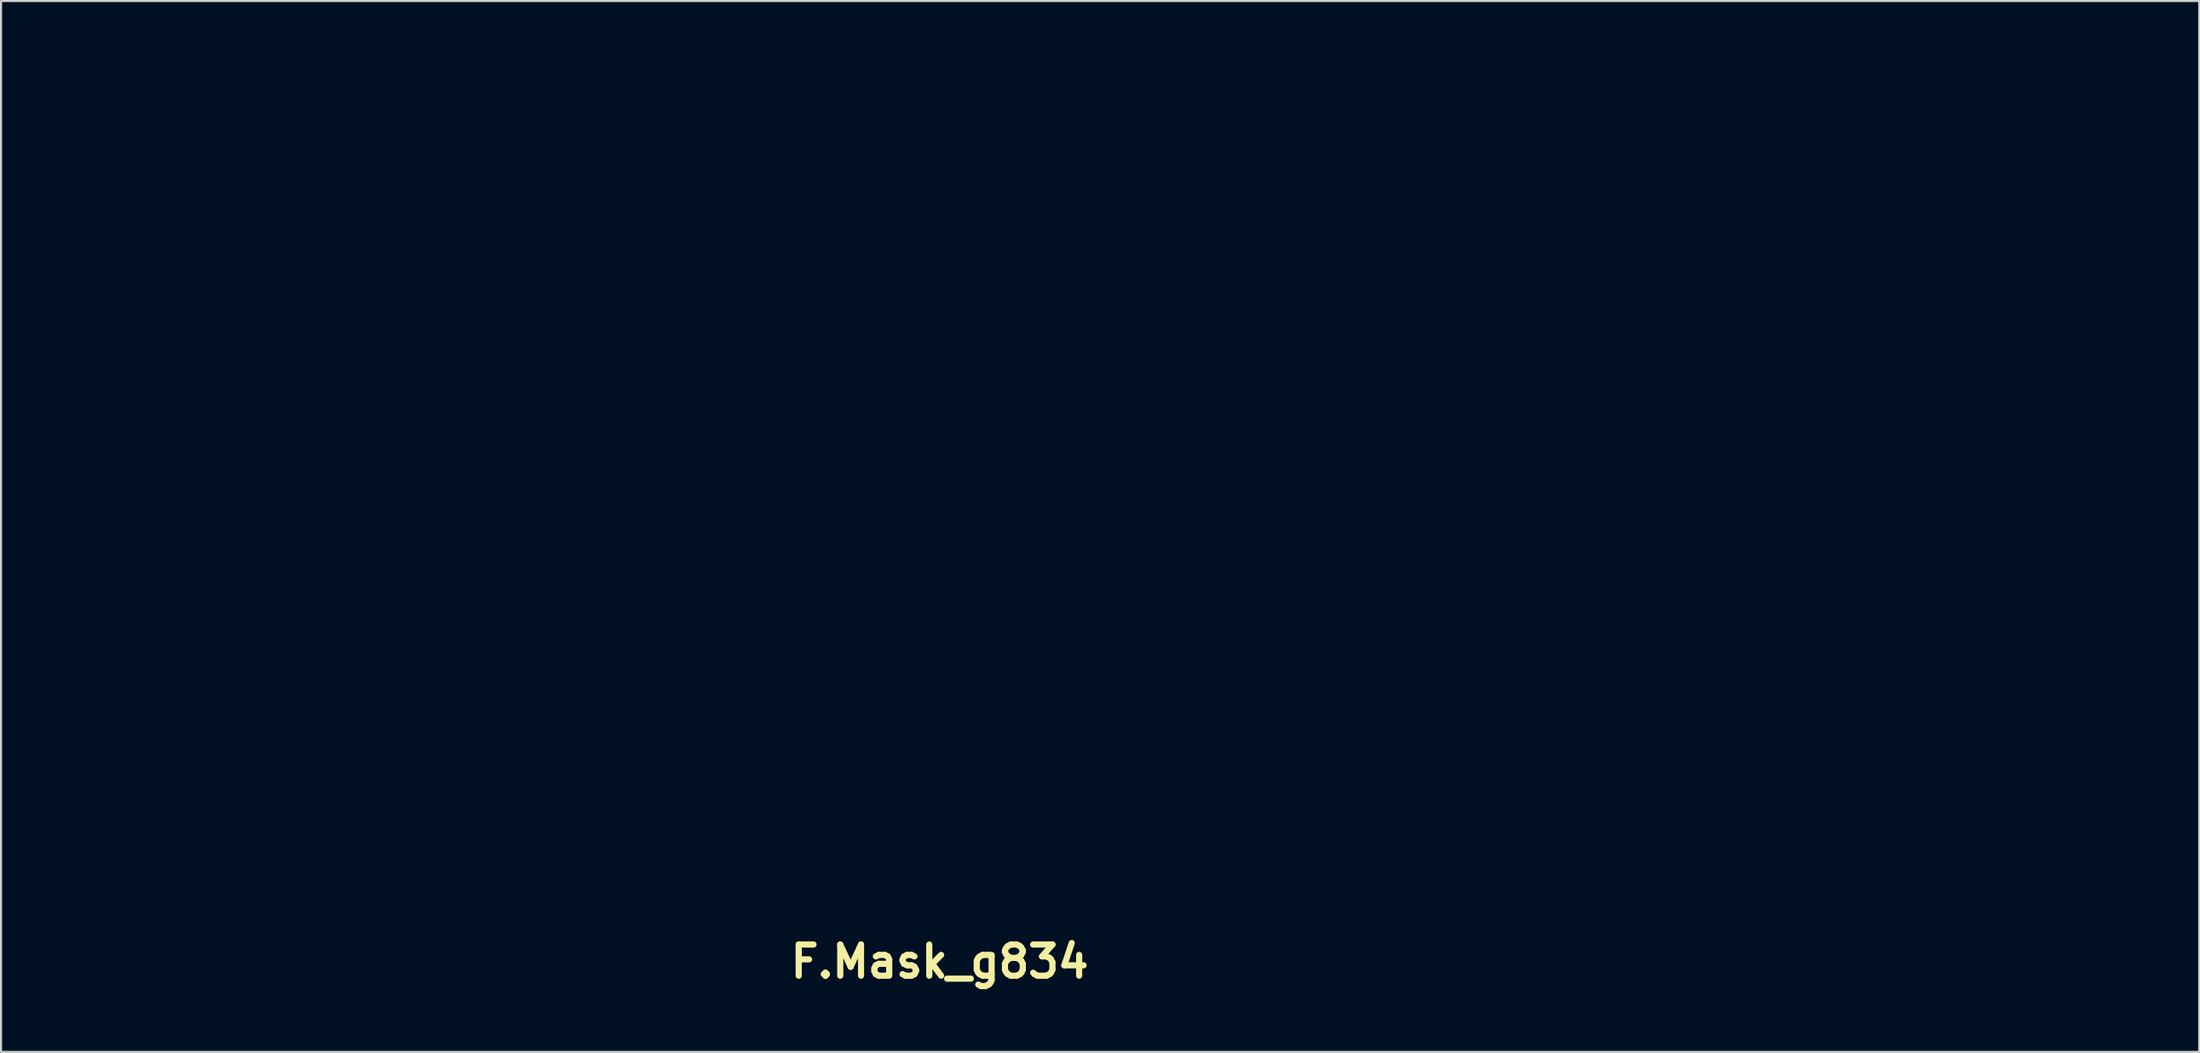
<source format=kicad_pcb>
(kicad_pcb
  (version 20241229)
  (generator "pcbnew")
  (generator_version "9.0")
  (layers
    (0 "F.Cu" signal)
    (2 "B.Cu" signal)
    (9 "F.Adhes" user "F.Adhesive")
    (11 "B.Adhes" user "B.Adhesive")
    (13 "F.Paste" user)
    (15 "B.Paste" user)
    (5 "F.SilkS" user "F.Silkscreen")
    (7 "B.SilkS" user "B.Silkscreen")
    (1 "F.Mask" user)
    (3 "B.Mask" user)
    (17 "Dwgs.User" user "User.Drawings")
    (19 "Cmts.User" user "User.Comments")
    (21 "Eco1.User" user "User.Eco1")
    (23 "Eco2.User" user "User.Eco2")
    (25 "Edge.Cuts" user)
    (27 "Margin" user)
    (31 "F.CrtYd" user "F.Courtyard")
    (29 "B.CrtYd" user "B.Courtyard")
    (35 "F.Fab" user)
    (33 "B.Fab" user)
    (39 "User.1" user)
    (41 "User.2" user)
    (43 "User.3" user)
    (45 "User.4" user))
  (footprint "F.Mask_g834"
    (layer "F.Cu")
    (at 42.906 43.984)
    (property "Reference" "F.Mask_g834" (at 0 0 0) (layer "F.SilkS") (effects (font (size 1.524 1.524) (thickness 0.3))))
    (attr through_hole)
    (fp_poly (pts (xy 54.283 -24.786) (xy 54.389 -24.726) (xy 54.536 -24.638) (xy 54.709 -24.53) (xy 54.729 -24.517) (xy 54.948 -24.38) (xy 55.208 -24.221) (xy 55.476 -24.06) (xy 55.716 -23.92) (xy 56.252 -23.588) (xy 56.71 -23.256) (xy 57.097 -22.914) (xy 57.418 -22.557) (xy 57.681 -22.177) (xy 57.891 -21.767) (xy 58.021 -21.428) (xy 58.073 -21.255) (xy 58.135 -21.02) (xy 58.201 -20.744) (xy 58.267 -20.447) (xy 58.328 -20.149) (xy 58.333 -20.128) (xy 58.388 -19.847) (xy 58.441 -19.578) (xy 58.49 -19.338) (xy 58.53 -19.145) (xy 58.559 -19.014) (xy 58.563 -18.997) (xy 58.588 -18.885) (xy 58.595 -18.809) (xy 58.573 -18.77) (xy 58.515 -18.767) (xy 58.408 -18.8) (xy 58.245 -18.868) (xy 58.015 -18.972) (xy 57.997 -18.98) (xy 57.516 -19.206) (xy 57.1 -19.421) (xy 56.732 -19.635) (xy 56.395 -19.86) (xy 56.073 -20.108) (xy 55.75 -20.389) (xy 55.407 -20.715) (xy 55.359 -20.762) (xy 54.999 -21.106) (xy 54.668 -21.39) (xy 54.35 -21.626) (xy 54.029 -21.828) (xy 53.688 -22.005) (xy 53.686 -22.006) (xy 53.529 -22.079) (xy 53.409 -22.124) (xy 53.296 -22.147) (xy 53.16 -22.153) (xy 52.971 -22.15) (xy 52.959 -22.15) (xy 52.775 -22.142) (xy 52.618 -22.132) (xy 52.511 -22.121) (xy 52.483 -22.115) (xy 52.417 -22.105) (xy 52.422 -22.136) (xy 52.497 -22.21) (xy 52.644 -22.326) (xy 52.817 -22.453) (xy 53.096 -22.636) (xy 53.37 -22.783) (xy 53.621 -22.886) (xy 53.836 -22.939) (xy 53.907 -22.944) (xy 53.991 -22.948) (xy 54.001 -22.973) (xy 53.951 -23.032) (xy 53.885 -23.088) (xy 53.763 -23.174) (xy 53.603 -23.279) (xy 53.426 -23.389) (xy 53.2 -23.525) (xy 53.038 -23.625) (xy 52.931 -23.698) (xy 52.871 -23.754) (xy 52.85 -23.803) (xy 52.861 -23.853) (xy 52.895 -23.915) (xy 52.932 -23.976) (xy 52.997 -24.085) (xy 53.043 -24.156) (xy 53.056 -24.172) (xy 53.096 -24.158) (xy 53.2 -24.118) (xy 53.352 -24.059) (xy 53.536 -23.986) (xy 53.548 -23.982) (xy 53.734 -23.909) (xy 53.888 -23.852) (xy 53.996 -23.814) (xy 54.042 -23.802) (xy 54.042 -23.802) (xy 54.038 -23.845) (xy 54.014 -23.949) (xy 53.977 -24.091) (xy 53.972 -24.109) (xy 53.916 -24.331) (xy 53.891 -24.485) (xy 53.9 -24.581) (xy 53.941 -24.628) (xy 53.995 -24.638) (xy 54.099 -24.672) (xy 54.144 -24.723) (xy 54.197 -24.79) (xy 54.233 -24.807) (xy 54.283 -24.786)) (stroke (width 0.01) (type solid)) (fill yes) (layer "F.Mask"))
    (fp_poly (pts (xy -25.048 -41.317) (xy -25.006 -41.218) (xy -24.943 -41.053) (xy -24.859 -40.82) (xy -24.752 -40.518) (xy -24.623 -40.146) (xy -24.472 -39.701) (xy -24.296 -39.183) (xy -24.097 -38.59) (xy -23.873 -37.92) (xy -23.624 -37.173) (xy -23.383 -36.449) (xy -23.178 -35.829) (xy -22.979 -35.231) (xy -22.79 -34.66) (xy -22.612 -34.121) (xy -22.446 -33.619) (xy -22.295 -33.159) (xy -22.158 -32.746) (xy -22.04 -32.385) (xy -21.94 -32.081) (xy -21.86 -31.838) (xy -21.803 -31.662) (xy -21.769 -31.557) (xy -21.76 -31.528) (xy -21.799 -31.515) (xy -21.906 -31.505) (xy -22.063 -31.498) (xy -22.224 -31.496) (xy -22.429 -31.497) (xy -22.566 -31.503) (xy -22.653 -31.515) (xy -22.705 -31.539) (xy -22.74 -31.575) (xy -22.75 -31.591) (xy -22.779 -31.656) (xy -22.828 -31.795) (xy -22.896 -31.999) (xy -22.981 -32.261) (xy -23.08 -32.573) (xy -23.191 -32.928) (xy -23.311 -33.318) (xy -23.437 -33.734) (xy -23.568 -34.169) (xy -23.701 -34.616) (xy -23.811 -34.989) (xy -23.916 -35.342) (xy -24.029 -35.721) (xy -24.149 -36.117) (xy -24.273 -36.523) (xy -24.399 -36.931) (xy -24.524 -37.333) (xy -24.645 -37.72) (xy -24.76 -38.086) (xy -24.868 -38.422) (xy -24.964 -38.719) (xy -25.046 -38.971) (xy -25.113 -39.17) (xy -25.162 -39.306) (xy -25.189 -39.373) (xy -25.194 -39.379) (xy -25.212 -39.331) (xy -25.251 -39.21) (xy -25.307 -39.024) (xy -25.379 -38.78) (xy -25.464 -38.488) (xy -25.56 -38.155) (xy -25.665 -37.789) (xy -25.776 -37.399) (xy -25.891 -36.993) (xy -26.007 -36.579) (xy -26.123 -36.165) (xy -26.236 -35.759) (xy -26.343 -35.37) (xy -26.443 -35.005) (xy -26.533 -34.673) (xy -26.607 -34.396) (xy -26.703 -34.033) (xy -26.805 -33.647) (xy -26.907 -33.261) (xy -27.004 -32.896) (xy -27.09 -32.573) (xy -27.151 -32.343) (xy -27.37 -31.517) (xy -27.782 -31.505) (xy -27.957 -31.503) (xy -28.095 -31.507) (xy -28.178 -31.516) (xy -28.194 -31.525) (xy -28.182 -31.568) (xy -28.146 -31.688) (xy -28.087 -31.878) (xy -28.008 -32.135) (xy -27.91 -32.452) (xy -27.795 -32.825) (xy -27.663 -33.25) (xy -27.517 -33.72) (xy -27.357 -34.232) (xy -27.187 -34.78) (xy -27.006 -35.36) (xy -26.817 -35.965) (xy -26.663 -36.46) (xy -26.424 -37.224) (xy -26.209 -37.91) (xy -26.017 -38.522) (xy -25.846 -39.064) (xy -25.696 -39.539) (xy -25.564 -39.949) (xy -25.451 -40.3) (xy -25.355 -40.593) (xy -25.275 -40.833) (xy -25.209 -41.023) (xy -25.157 -41.166) (xy -25.118 -41.266) (xy -25.09 -41.326) (xy -25.072 -41.35) (xy -25.069 -41.351) (xy -25.048 -41.317)) (stroke (width 0.01) (type solid)) (fill yes) (layer "F.Mask"))
    (fp_poly (pts (xy -41.977 -41.181) (xy -41.672 -41.178) (xy -41.353 -41.174) (xy -41.029 -41.168) (xy -40.714 -41.16) (xy -40.418 -41.151) (xy -40.153 -41.141) (xy -39.932 -41.13) (xy -39.764 -41.118) (xy -39.666 -41.107) (xy -39.138 -40.974) (xy -38.629 -40.767) (xy -38.156 -40.493) (xy -37.735 -40.159) (xy -37.713 -40.139) (xy -37.371 -39.773) (xy -37.082 -39.363) (xy -36.844 -38.903) (xy -36.652 -38.386) (xy -36.504 -37.804) (xy -36.442 -37.465) (xy -36.416 -37.246) (xy -36.399 -36.964) (xy -36.391 -36.642) (xy -36.39 -36.301) (xy -36.398 -35.962) (xy -36.413 -35.646) (xy -36.436 -35.376) (xy -36.46 -35.2) (xy -36.61 -34.553) (xy -36.813 -33.952) (xy -37.065 -33.402) (xy -37.364 -32.911) (xy -37.707 -32.483) (xy -38.089 -32.126) (xy -38.091 -32.124) (xy -38.508 -31.84) (xy -38.961 -31.625) (xy -39.457 -31.475) (xy -40.004 -31.389) (xy -40.15 -31.377) (xy -40.598 -31.346) (xy -40.597 -31.474) (xy -40.592 -31.594) (xy -40.579 -31.748) (xy -40.571 -31.818) (xy -40.545 -32.035) (xy -40.201 -32.061) (xy -39.706 -32.132) (xy -39.265 -32.266) (xy -38.87 -32.465) (xy -38.516 -32.732) (xy -38.414 -32.828) (xy -38.093 -33.199) (xy -37.829 -33.62) (xy -37.62 -34.094) (xy -37.464 -34.626) (xy -37.361 -35.218) (xy -37.31 -35.875) (xy -37.309 -35.899) (xy -37.31 -36.615) (xy -37.366 -37.267) (xy -37.477 -37.859) (xy -37.645 -38.391) (xy -37.869 -38.864) (xy -38.151 -39.281) (xy -38.453 -39.609) (xy -38.832 -39.923) (xy -39.236 -40.169) (xy -39.684 -40.358) (xy -39.986 -40.45) (xy -40.186 -40.49) (xy -40.428 -40.519) (xy -40.698 -40.537) (xy -40.978 -40.543) (xy -41.253 -40.539) (xy -41.507 -40.525) (xy -41.724 -40.5) (xy -41.888 -40.465) (xy -41.98 -40.423) (xy -41.99 -40.403) (xy -41.998 -40.356) (xy -42.005 -40.278) (xy -42.012 -40.165) (xy -42.017 -40.012) (xy -42.022 -39.815) (xy -42.026 -39.569) (xy -42.029 -39.271) (xy -42.032 -38.915) (xy -42.034 -38.498) (xy -42.035 -38.015) (xy -42.036 -37.461) (xy -42.037 -36.833) (xy -42.037 -36.126) (xy -42.037 -35.909) (xy -42.037 -31.443) (xy -42.196 -31.469) (xy -42.329 -31.484) (xy -42.5 -31.493) (xy -42.613 -31.496) (xy -42.872 -31.496) (xy -42.893 -36.311) (xy -42.896 -37.114) (xy -42.899 -37.834) (xy -42.9 -38.476) (xy -42.901 -39.041) (xy -42.901 -39.533) (xy -42.899 -39.954) (xy -42.897 -40.307) (xy -42.894 -40.595) (xy -42.89 -40.821) (xy -42.885 -40.987) (xy -42.878 -41.097) (xy -42.871 -41.153) (xy -42.867 -41.161) (xy -42.812 -41.17) (xy -42.684 -41.177) (xy -42.494 -41.181) (xy -42.255 -41.182) (xy -41.977 -41.181)) (stroke (width 0.01) (type solid)) (fill yes) (layer "F.Mask"))
    (fp_poly (pts (xy -32.927 -41.188) (xy -32.566 -41.181) (xy -32.267 -41.167) (xy -32.02 -41.145) (xy -31.815 -41.115) (xy -31.64 -41.075) (xy -31.486 -41.023) (xy -31.375 -40.977) (xy -31.064 -40.787) (xy -30.79 -40.528) (xy -30.558 -40.208) (xy -30.372 -39.836) (xy -30.237 -39.42) (xy -30.156 -38.969) (xy -30.135 -38.587) (xy -30.159 -38.087) (xy -30.241 -37.631) (xy -30.387 -37.204) (xy -30.6 -36.793) (xy -30.888 -36.381) (xy -31.035 -36.201) (xy -31.319 -35.868) (xy -30.746 -34.878) (xy -30.433 -34.342) (xy -30.152 -33.87) (xy -29.896 -33.453) (xy -29.658 -33.08) (xy -29.431 -32.74) (xy -29.208 -32.423) (xy -28.982 -32.119) (xy -28.746 -31.816) (xy -28.632 -31.674) (xy -28.563 -31.575) (xy -28.552 -31.512) (xy -28.568 -31.486) (xy -28.639 -31.457) (xy -28.767 -31.436) (xy -28.926 -31.426) (xy -29.09 -31.426) (xy -29.23 -31.44) (xy -29.273 -31.449) (xy -29.394 -31.486) (xy -29.5 -31.537) (xy -29.601 -31.611) (xy -29.71 -31.719) (xy -29.836 -31.871) (xy -29.99 -32.077) (xy -30.112 -32.247) (xy -30.353 -32.59) (xy -30.564 -32.899) (xy -30.755 -33.193) (xy -30.939 -33.491) (xy -31.126 -33.81) (xy -31.327 -34.17) (xy -31.539 -34.556) (xy -31.726 -34.907) (xy -31.87 -35.196) (xy -31.973 -35.434) (xy -32.034 -35.63) (xy -32.055 -35.795) (xy -32.037 -35.939) (xy -31.981 -36.073) (xy -31.886 -36.207) (xy -31.755 -36.352) (xy -31.692 -36.417) (xy -31.43 -36.72) (xy -31.23 -37.054) (xy -31.087 -37.429) (xy -30.995 -37.857) (xy -30.96 -38.196) (xy -30.962 -38.594) (xy -31.02 -38.982) (xy -31.129 -39.349) (xy -31.282 -39.681) (xy -31.476 -39.967) (xy -31.703 -40.195) (xy -31.923 -40.335) (xy -32.074 -40.391) (xy -32.271 -40.437) (xy -32.497 -40.474) (xy -32.734 -40.5) (xy -32.966 -40.514) (xy -33.175 -40.514) (xy -33.345 -40.5) (xy -33.457 -40.47) (xy -33.487 -40.448) (xy -33.496 -40.423) (xy -33.503 -40.365) (xy -33.51 -40.272) (xy -33.515 -40.139) (xy -33.519 -39.962) (xy -33.522 -39.736) (xy -33.524 -39.456) (xy -33.524 -39.119) (xy -33.523 -38.72) (xy -33.522 -38.255) (xy -33.519 -37.719) (xy -33.515 -37.108) (xy -33.51 -36.418) (xy -33.509 -36.268) (xy -33.504 -35.677) (xy -33.5 -35.106) (xy -33.495 -34.559) (xy -33.491 -34.044) (xy -33.487 -33.567) (xy -33.483 -33.134) (xy -33.48 -32.752) (xy -33.477 -32.427) (xy -33.475 -32.165) (xy -33.473 -31.973) (xy -33.471 -31.857) (xy -33.471 -31.835) (xy -33.465 -31.517) (xy -33.942 -31.505) (xy -34.42 -31.493) (xy -34.388 -32.86) (xy -34.377 -33.416) (xy -34.368 -34.041) (xy -34.362 -34.717) (xy -34.358 -35.43) (xy -34.356 -36.162) (xy -34.356 -36.897) (xy -34.359 -37.62) (xy -34.365 -38.313) (xy -34.372 -38.961) (xy -34.382 -39.547) (xy -34.387 -39.762) (xy -34.42 -41.19) (xy -33.363 -41.19) (xy -32.927 -41.188)) (stroke (width 0.01) (type solid)) (fill yes) (layer "F.Mask"))
    (fp_poly (pts (xy -16.254 -41.339) (xy -15.95 -41.327) (xy -15.687 -41.306) (xy -15.515 -41.281) (xy -15.371 -41.248) (xy -15.183 -41.198) (xy -14.969 -41.136) (xy -14.746 -41.069) (xy -14.534 -41.001) (xy -14.35 -40.939) (xy -14.213 -40.888) (xy -14.144 -40.856) (xy -14.12 -40.827) (xy -14.107 -40.771) (xy -14.104 -40.672) (xy -14.112 -40.518) (xy -14.13 -40.294) (xy -14.131 -40.279) (xy -14.15 -40.075) (xy -14.168 -39.903) (xy -14.184 -39.781) (xy -14.196 -39.724) (xy -14.197 -39.722) (xy -14.237 -39.735) (xy -14.324 -39.789) (xy -14.414 -39.854) (xy -14.893 -40.169) (xy -15.415 -40.418) (xy -15.579 -40.478) (xy -15.739 -40.532) (xy -15.869 -40.57) (xy -15.99 -40.594) (xy -16.124 -40.608) (xy -16.292 -40.614) (xy -16.515 -40.615) (xy -16.616 -40.615) (xy -16.876 -40.612) (xy -17.074 -40.605) (xy -17.232 -40.59) (xy -17.373 -40.566) (xy -17.518 -40.529) (xy -17.631 -40.496) (xy -17.932 -40.395) (xy -18.175 -40.287) (xy -18.388 -40.157) (xy -18.596 -39.988) (xy -18.776 -39.816) (xy -18.972 -39.608) (xy -19.122 -39.416) (xy -19.251 -39.208) (xy -19.311 -39.095) (xy -19.502 -38.685) (xy -19.647 -38.276) (xy -19.75 -37.854) (xy -19.814 -37.401) (xy -19.842 -36.9) (xy -19.84 -36.364) (xy -19.822 -35.951) (xy -19.792 -35.602) (xy -19.747 -35.294) (xy -19.684 -35.008) (xy -19.599 -34.723) (xy -19.566 -34.626) (xy -19.37 -34.157) (xy -19.122 -33.712) (xy -18.833 -33.303) (xy -18.511 -32.944) (xy -18.168 -32.648) (xy -17.946 -32.5) (xy -17.594 -32.321) (xy -17.243 -32.201) (xy -16.865 -32.135) (xy -16.489 -32.114) (xy -16.039 -32.128) (xy -15.641 -32.179) (xy -15.588 -32.189) (xy -15.458 -32.214) (xy -15.349 -32.235) (xy -15.26 -32.259) (xy -15.188 -32.294) (xy -15.133 -32.347) (xy -15.091 -32.426) (xy -15.061 -32.538) (xy -15.042 -32.689) (xy -15.03 -32.888) (xy -15.026 -33.141) (xy -15.026 -33.456) (xy -15.03 -33.84) (xy -15.034 -34.301) (xy -15.035 -34.375) (xy -15.05 -36.258) (xy -14.616 -36.271) (xy -14.182 -36.283) (xy -14.182 -34.104) (xy -14.182 -33.681) (xy -14.184 -33.283) (xy -14.186 -32.917) (xy -14.189 -32.592) (xy -14.192 -32.317) (xy -14.196 -32.099) (xy -14.201 -31.946) (xy -14.206 -31.868) (xy -14.207 -31.86) (xy -14.258 -31.817) (xy -14.375 -31.76) (xy -14.542 -31.696) (xy -14.628 -31.667) (xy -15.168 -31.507) (xy -15.653 -31.393) (xy -16.1 -31.322) (xy -16.525 -31.292) (xy -16.942 -31.302) (xy -17.246 -31.332) (xy -17.527 -31.386) (xy -17.842 -31.475) (xy -18.157 -31.587) (xy -18.437 -31.712) (xy -18.553 -31.774) (xy -19.043 -32.107) (xy -19.472 -32.497) (xy -19.843 -32.946) (xy -20.155 -33.453) (xy -20.41 -34.022) (xy -20.607 -34.653) (xy -20.721 -35.179) (xy -20.759 -35.451) (xy -20.789 -35.774) (xy -20.809 -36.126) (xy -20.82 -36.483) (xy -20.819 -36.822) (xy -20.807 -37.119) (xy -20.789 -37.308) (xy -20.662 -37.987) (xy -20.468 -38.619) (xy -20.208 -39.201) (xy -19.884 -39.73) (xy -19.503 -40.198) (xy -19.112 -40.567) (xy -18.693 -40.86) (xy -18.236 -41.084) (xy -17.726 -41.246) (xy -17.666 -41.261) (xy -17.468 -41.294) (xy -17.207 -41.319) (xy -16.904 -41.334) (xy -16.579 -41.341) (xy -16.254 -41.339)) (stroke (width 0.01) (type solid)) (fill yes) (layer "F.Mask"))
    (fp_poly (pts (xy -2.227 -43.949) (xy -1.664 -43.886) (xy -1.143 -43.799) (xy -0.877 -43.746) (xy -0.624 -43.692) (xy -0.4 -43.641) (xy -0.226 -43.597) (xy -0.128 -43.569) (xy 0.104 -43.49) (xy -0.213 -43.466) (xy -0.406 -43.443) (xy -0.599 -43.408) (xy -0.741 -43.371) (xy -1.186 -43.188) (xy -1.641 -42.935) (xy -2.092 -42.623) (xy -2.525 -42.262) (xy -2.925 -41.865) (xy -3.275 -41.446) (xy -3.581 -40.998) (xy -3.809 -40.568) (xy -3.962 -40.148) (xy -4.043 -39.732) (xy -4.055 -39.322) (xy -4.041 -39.112) (xy -4.018 -38.954) (xy -3.979 -38.815) (xy -3.916 -38.662) (xy -3.885 -38.596) (xy -3.701 -38.272) (xy -3.478 -38.007) (xy -3.197 -37.776) (xy -3.168 -37.757) (xy -3.045 -37.675) (xy -2.951 -37.616) (xy -2.906 -37.592) (xy -2.906 -37.592) (xy -2.905 -37.629) (xy -2.923 -37.724) (xy -2.946 -37.814) (xy -2.995 -38.058) (xy -3.026 -38.338) (xy -3.037 -38.622) (xy -3.027 -38.873) (xy -3.016 -38.954) (xy -2.977 -39.194) (xy -3.193 -39.11) (xy -3.346 -39.045) (xy -3.491 -38.975) (xy -3.546 -38.945) (xy -3.683 -38.865) (xy -3.596 -39.037) (xy -3.459 -39.248) (xy -3.279 -39.449) (xy -3.083 -39.612) (xy -2.995 -39.666) (xy -2.828 -39.792) (xy -2.684 -39.986) (xy -2.681 -39.989) (xy -2.547 -40.217) (xy -2.935 -40.225) (xy -3.128 -40.228) (xy -3.306 -40.229) (xy -3.439 -40.228) (xy -3.471 -40.227) (xy -3.545 -40.226) (xy -3.567 -40.236) (xy -3.53 -40.265) (xy -3.427 -40.321) (xy -3.365 -40.353) (xy -3.228 -40.42) (xy -3.103 -40.462) (xy -2.961 -40.487) (xy -2.773 -40.502) (xy -2.71 -40.505) (xy -2.54 -40.513) (xy -2.416 -40.526) (xy -2.318 -40.551) (xy -2.224 -40.598) (xy -2.114 -40.676) (xy -1.966 -40.794) (xy -1.893 -40.853) (xy -1.915 -40.873) (xy -2.003 -40.904) (xy -2.14 -40.939) (xy -2.189 -40.95) (xy -2.382 -40.992) (xy -2.575 -41.038) (xy -2.727 -41.077) (xy -2.731 -41.078) (xy -2.942 -41.137) (xy -2.688 -41.191) (xy -2.332 -41.237) (xy -1.988 -41.224) (xy -1.693 -41.157) (xy -1.537 -41.11) (xy -1.407 -41.097) (xy -1.255 -41.114) (xy -1.217 -41.121) (xy -1.087 -41.149) (xy -0.999 -41.175) (xy -0.974 -41.19) (xy -1.009 -41.218) (xy -1.104 -41.273) (xy -1.241 -41.346) (xy -1.323 -41.387) (xy -1.672 -41.56) (xy -1.333 -41.541) (xy -1.085 -41.521) (xy -0.893 -41.49) (xy -0.728 -41.439) (xy -0.56 -41.36) (xy -0.409 -41.273) (xy -0.242 -41.18) (xy -0.072 -41.098) (xy 0.063 -41.044) (xy 0.069 -41.043) (xy 0.144 -41.019) (xy 0.196 -41.006) (xy 0.22 -41.011) (xy 0.212 -41.043) (xy 0.167 -41.11) (xy 0.082 -41.219) (xy -0.048 -41.379) (xy -0.205 -41.571) (xy -0.558 -42.004) (xy -0.292 -41.862) (xy -0.125 -41.757) (xy 0.059 -41.618) (xy 0.219 -41.476) (xy 0.219 -41.476) (xy 0.332 -41.368) (xy 0.417 -41.293) (xy 0.462 -41.263) (xy 0.466 -41.264) (xy 0.459 -41.318) (xy 0.44 -41.434) (xy 0.414 -41.592) (xy 0.4 -41.671) (xy 0.373 -41.84) (xy 0.356 -41.974) (xy 0.352 -42.054) (xy 0.355 -42.068) (xy 0.37 -42.065) (xy 0.398 -42.037) (xy 0.444 -41.974) (xy 0.512 -41.872) (xy 0.606 -41.722) (xy 0.731 -41.52) (xy 0.892 -41.257) (xy 1.079 -40.949) (xy 1.494 -40.263) (xy 1.674 -39.213) (xy 1.723 -38.926) (xy 1.765 -38.668) (xy 1.8 -38.449) (xy 1.825 -38.282) (xy 1.838 -38.178) (xy 1.839 -38.147) (xy 1.805 -38.17) (xy 1.719 -38.244) (xy 1.589 -38.361) (xy 1.425 -38.513) (xy 1.234 -38.693) (xy 1.109 -38.811) (xy 0.396 -39.493) (xy 0.269 -39.415) (xy 0.149 -39.352) (xy 0.04 -39.309) (xy 0.039 -39.309) (xy -0.019 -39.295) (xy -0.011 -39.31) (xy 0.064 -39.36) (xy 0.198 -39.461) (xy 0.272 -39.564) (xy 0.306 -39.678) (xy 0.327 -39.796) (xy 0.068 -39.773) (xy -0.191 -39.75) (xy 0.002 -39.813) (xy 0.141 -39.873) (xy 0.26 -39.949) (xy 0.289 -39.976) (xy 0.352 -40.06) (xy 0.354 -40.088) (xy 0.841 -40.088) (xy 0.851 -40.05) (xy 0.903 -39.972) (xy 0.982 -39.875) (xy 1.069 -39.779) (xy 1.147 -39.702) (xy 1.2 -39.667) (xy 1.204 -39.666) (xy 1.219 -39.702) (xy 1.21 -39.783) (xy 1.147 -39.986) (xy 1.063 -40.127) (xy 0.978 -40.206) (xy 0.861 -40.293) (xy 0.869 -40.202) (xy 0.86 -40.119) (xy 0.841 -40.088) (xy 0.354 -40.088) (xy 0.357 -40.139) (xy 0.338 -40.2) (xy 0.221 -40.399) (xy 0.039 -40.578) (xy -0.192 -40.727) (xy -0.453 -40.833) (xy -0.726 -40.884) (xy -0.73 -40.885) (xy -1.068 -40.874) (xy -1.37 -40.787) (xy -1.643 -40.624) (xy -1.889 -40.38) (xy -1.95 -40.303) (xy -2.115 -40.02) (xy -2.233 -39.685) (xy -2.303 -39.317) (xy -2.324 -38.934) (xy -2.296 -38.554) (xy -2.217 -38.197) (xy -2.087 -37.882) (xy -2.072 -37.855) (xy -1.944 -37.664) (xy -1.774 -37.469) (xy -1.554 -37.262) (xy -1.275 -37.035) (xy -0.93 -36.781) (xy -0.824 -36.707) (xy -0.602 -36.551) (xy -0.386 -36.396) (xy -0.195 -36.255) (xy -0.044 -36.14) (xy 0.033 -36.079) (xy 0.256 -35.89) (xy 0.425 -35.958) (xy 0.602 -36.004) (xy 0.811 -36.021) (xy 1.018 -36.011) (xy 1.186 -35.972) (xy 1.206 -35.964) (xy 1.286 -35.924) (xy 1.293 -35.907) (xy 1.236 -35.902) (xy 1.131 -35.88) (xy 1.01 -35.832) (xy 1.003 -35.828) (xy 0.871 -35.771) (xy 0.717 -35.719) (xy 0.689 -35.712) (xy 0.51 -35.666) (xy 0.661 -35.475) (xy 0.752 -35.367) (xy 0.822 -35.312) (xy 0.9 -35.295) (xy 0.993 -35.299) (xy 1.221 -35.289) (xy 1.439 -35.233) (xy 1.614 -35.139) (xy 1.632 -35.125) (xy 1.741 -35.031) (xy 1.579 -35.02) (xy 1.437 -35.012) (xy 1.266 -35.004) (xy 1.196 -35.001) (xy 1.072 -34.996) (xy 0.991 -34.992) (xy 0.974 -34.991) (xy 1.042 -34.802) (xy 1.128 -34.669) (xy 1.253 -34.564) (xy 1.276 -34.549) (xy 1.468 -34.398) (xy 1.649 -34.203) (xy 1.792 -33.995) (xy 1.841 -33.897) (xy 1.882 -33.784) (xy 1.901 -33.702) (xy 1.898 -33.665) (xy 1.871 -33.689) (xy 1.859 -33.708) (xy 1.796 -33.772) (xy 1.688 -33.844) (xy 1.638 -33.872) (xy 1.491 -33.96) (xy 1.35 -34.066) (xy 1.323 -34.091) (xy 1.185 -34.222) (xy 1.186 -34.076) (xy 1.218 -33.927) (xy 1.307 -33.745) (xy 1.333 -33.701) (xy 1.518 -33.333) (xy 1.627 -32.935) (xy 1.653 -32.787) (xy 1.581 -32.893) (xy 1.513 -32.982) (xy 1.412 -33.102) (xy 1.328 -33.196) (xy 1.147 -33.393) (xy 1.078 -33.154) (xy 0.915 -32.736) (xy 0.677 -32.351) (xy 0.384 -32.017) (xy 0.132 -31.78) (xy -0.089 -31.601) (xy -0.297 -31.471) (xy -0.51 -31.379) (xy -0.746 -31.314) (xy -0.908 -31.285) (xy -1.281 -31.266) (xy -1.657 -31.325) (xy -2.018 -31.454) (xy -2.346 -31.649) (xy -2.502 -31.779) (xy -2.65 -31.929) (xy -2.787 -32.095) (xy -2.919 -32.287) (xy -3.054 -32.52) (xy -3.199 -32.804) (xy -3.363 -33.153) (xy -3.415 -33.268) (xy -3.607 -33.687) (xy -3.778 -34.035) (xy -3.933 -34.319) (xy -4.077 -34.548) (xy -4.218 -34.73) (xy -4.359 -34.873) (xy -4.508 -34.986) (xy -4.67 -35.077) (xy -4.692 -35.088) (xy -4.822 -35.143) (xy -4.943 -35.177) (xy -5.082 -35.194) (xy -5.268 -35.2) (xy -5.334 -35.2) (xy -5.602 -35.188) (xy -5.81 -35.148) (xy -5.982 -35.069) (xy -6.139 -34.944) (xy -6.231 -34.849) (xy -6.384 -34.645) (xy -6.489 -34.415) (xy -6.551 -34.142) (xy -6.576 -33.811) (xy -6.578 -33.718) (xy -6.576 -33.502) (xy -6.566 -33.342) (xy -6.544 -33.21) (xy -6.505 -33.076) (xy -6.444 -32.913) (xy -6.441 -32.905) (xy -6.334 -32.669) (xy -6.197 -32.419) (xy -6.042 -32.169) (xy -5.879 -31.936) (xy -5.718 -31.735) (xy -5.571 -31.581) (xy -5.452 -31.491) (xy -5.414 -31.474) (xy -5.39 -31.483) (xy -5.378 -31.532) (xy -5.376 -31.634) (xy -5.381 -31.803) (xy -5.383 -31.852) (xy -5.387 -32.026) (xy -5.386 -32.162) (xy -5.381 -32.243) (xy -5.376 -32.258) (xy -5.354 -32.221) (xy -5.304 -32.122) (xy -5.233 -31.973) (xy -5.148 -31.791) (xy -5.055 -31.589) (xy -4.961 -31.381) (xy -4.872 -31.182) (xy -4.795 -31.007) (xy -4.737 -30.87) (xy -4.704 -30.785) (xy -4.698 -30.766) (xy -4.698 -30.752) (xy -4.702 -30.744) (xy -4.724 -30.741) (xy -4.773 -30.747) (xy -4.863 -30.762) (xy -5.004 -30.787) (xy -5.207 -30.826) (xy -5.419 -30.866) (xy -5.648 -30.91) (xy -5.85 -30.951) (xy -6.01 -30.983) (xy -6.112 -31.006) (xy -6.137 -31.013) (xy -6.133 -31.036) (xy -6.062 -31.076) (xy -5.938 -31.126) (xy -5.924 -31.131) (xy -5.731 -31.199) (xy -5.612 -31.25) (xy -5.561 -31.296) (xy -5.573 -31.347) (xy -5.642 -31.416) (xy -5.748 -31.504) (xy -5.907 -31.645) (xy -6.072 -31.812) (xy -6.181 -31.935) (xy -6.277 -32.05) (xy -6.353 -32.135) (xy -6.392 -32.171) (xy -6.393 -32.171) (xy -6.436 -32.149) (xy -6.526 -32.088) (xy -6.645 -32.001) (xy -6.647 -31.999) (xy -7.008 -31.765) (xy -7.406 -31.582) (xy -7.722 -31.477) (xy -8.024 -31.405) (xy -8.363 -31.348) (xy -8.709 -31.31) (xy -9.033 -31.295) (xy -9.291 -31.304) (xy -9.729 -31.387) (xy -10.146 -31.548) (xy -10.537 -31.784) (xy -10.901 -32.09) (xy -11.234 -32.464) (xy -11.532 -32.9) (xy -11.794 -33.395) (xy -12.015 -33.944) (xy -12.193 -34.545) (xy -12.324 -35.193) (xy -12.325 -35.2) (xy -12.348 -35.406) (xy -12.364 -35.675) (xy -12.373 -35.985) (xy -12.375 -36.315) (xy -12.374 -36.352) (xy -11.465 -36.352) (xy -11.423 -35.723) (xy -11.333 -35.109) (xy -11.195 -34.527) (xy -11.011 -33.994) (xy -10.919 -33.785) (xy -10.663 -33.325) (xy -10.363 -32.925) (xy -10.025 -32.59) (xy -9.653 -32.326) (xy -9.254 -32.137) (xy -9.032 -32.068) (xy -8.741 -32.024) (xy -8.412 -32.023) (xy -8.082 -32.063) (xy -7.786 -32.141) (xy -7.784 -32.142) (xy -7.435 -32.291) (xy -7.138 -32.473) (xy -6.938 -32.633) (xy -6.743 -32.805) (xy -6.803 -33.029) (xy -6.836 -33.225) (xy -6.85 -33.476) (xy -6.844 -33.758) (xy -6.822 -34.043) (xy -6.783 -34.307) (xy -6.735 -34.505) (xy -6.625 -34.776) (xy -6.472 -35.043) (xy -6.291 -35.287) (xy -6.095 -35.49) (xy -5.9 -35.632) (xy -5.858 -35.653) (xy -5.806 -35.693) (xy -5.773 -35.767) (xy -5.751 -35.895) (xy -5.743 -35.97) (xy -5.735 -36.164) (xy -5.74 -36.417) (xy -5.755 -36.706) (xy -5.779 -37.006) (xy -5.809 -37.293) (xy -5.846 -37.544) (xy -5.865 -37.645) (xy -5.999 -38.162) (xy -6.178 -38.655) (xy -6.397 -39.109) (xy -6.647 -39.514) (xy -6.924 -39.855) (xy -7.112 -40.036) (xy -7.188 -40.101) (xy -7.247 -40.139) (xy -7.302 -40.144) (xy -7.368 -40.111) (xy -7.457 -40.034) (xy -7.583 -39.907) (xy -7.693 -39.793) (xy -7.96 -39.518) (xy -7.731 -39.92) (xy -7.64 -40.085) (xy -7.569 -40.223) (xy -7.526 -40.316) (xy -7.518 -40.35) (xy -7.563 -40.378) (xy -7.665 -40.426) (xy -7.803 -40.484) (xy -7.809 -40.487) (xy -8.228 -40.613) (xy -8.656 -40.667) (xy -9.079 -40.646) (xy -9.47 -40.552) (xy -9.833 -40.384) (xy -10.17 -40.139) (xy -10.478 -39.824) (xy -10.752 -39.444) (xy -10.988 -39.005) (xy -11.181 -38.513) (xy -11.283 -38.164) (xy -11.396 -37.589) (xy -11.456 -36.979) (xy -11.465 -36.352) (xy -12.374 -36.352) (xy -12.369 -36.643) (xy -12.357 -36.947) (xy -12.338 -37.207) (xy -12.323 -37.333) (xy -12.197 -37.981) (xy -12.014 -38.589) (xy -11.779 -39.151) (xy -11.494 -39.663) (xy -11.164 -40.118) (xy -10.791 -40.51) (xy -10.43 -40.796) (xy -6.646 -40.796) (xy -6.466 -40.645) (xy -6.058 -40.246) (xy -5.701 -39.785) (xy -5.399 -39.266) (xy -5.155 -38.697) (xy -4.973 -38.084) (xy -4.888 -37.657) (xy -4.863 -37.448) (xy -4.843 -37.178) (xy -4.83 -36.873) (xy -4.826 -36.571) (xy -4.826 -35.867) (xy -4.625 -35.841) (xy -4.476 -35.807) (xy -4.297 -35.747) (xy -4.167 -35.692) (xy -4.025 -35.621) (xy -3.898 -35.546) (xy -3.781 -35.461) (xy -3.671 -35.357) (xy -3.561 -35.229) (xy -3.447 -35.07) (xy -3.326 -34.873) (xy -3.192 -34.63) (xy -3.04 -34.336) (xy -2.867 -33.983) (xy -2.667 -33.565) (xy -2.503 -33.217) (xy -2.336 -32.885) (xy -2.18 -32.623) (xy -2.026 -32.421) (xy -1.867 -32.267) (xy -1.788 -32.208) (xy -1.492 -32.052) (xy -1.156 -31.955) (xy -0.805 -31.921) (xy -0.464 -31.955) (xy -0.352 -31.983) (xy -0.148 -32.082) (xy 0.047 -32.246) (xy 0.213 -32.456) (xy 0.302 -32.62) (xy 0.385 -32.876) (xy 0.438 -33.181) (xy 0.457 -33.501) (xy 0.437 -33.804) (xy 0.436 -33.807) (xy 0.37 -34.111) (xy 0.258 -34.396) (xy 0.094 -34.669) (xy -0.128 -34.938) (xy -0.414 -35.21) (xy -0.769 -35.493) (xy -1.102 -35.729) (xy -1.315 -35.874) (xy -1.529 -36.024) (xy -1.723 -36.162) (xy -1.873 -36.272) (xy -1.892 -36.286) (xy -2.065 -36.409) (xy -2.274 -36.545) (xy -2.478 -36.669) (xy -2.513 -36.689) (xy -2.864 -36.899) (xy -3.158 -37.101) (xy -3.415 -37.314) (xy -3.66 -37.555) (xy -3.681 -37.578) (xy -3.984 -37.924) (xy -4.216 -38.245) (xy -4.382 -38.554) (xy -4.489 -38.865) (xy -4.542 -39.19) (xy -4.545 -39.542) (xy -4.53 -39.726) (xy -4.454 -40.274) (xy -4.347 -40.775) (xy -4.259 -41.074) (xy -4.213 -41.214) (xy -4.182 -41.315) (xy -4.172 -41.359) (xy -4.172 -41.36) (xy -4.2 -41.326) (xy -4.263 -41.234) (xy -4.352 -41.098) (xy -4.461 -40.931) (xy -4.578 -40.747) (xy -4.696 -40.56) (xy -4.806 -40.384) (xy -4.899 -40.232) (xy -4.966 -40.119) (xy -4.982 -40.09) (xy -5.069 -39.922) (xy -5.163 -39.725) (xy -5.231 -39.573) (xy -5.291 -39.438) (xy -5.339 -39.342) (xy -5.365 -39.304) (xy -5.367 -39.304) (xy -5.363 -39.349) (xy -5.34 -39.458) (xy -5.303 -39.617) (xy -5.254 -39.808) (xy -5.253 -39.814) (xy -5.11 -40.298) (xy -4.937 -40.774) (xy -4.741 -41.229) (xy -4.53 -41.647) (xy -4.31 -42.014) (xy -4.088 -42.316) (xy -4.014 -42.4) (xy -3.837 -42.592) (xy -4.057 -42.505) (xy -4.403 -42.353) (xy -4.761 -42.164) (xy -5.14 -41.931) (xy -5.55 -41.649) (xy -5.999 -41.311) (xy -6.276 -41.093) (xy -6.646 -40.796) (xy -10.43 -40.796) (xy -10.379 -40.836) (xy -9.932 -41.088) (xy -9.927 -41.091) (xy -9.758 -41.171) (xy -9.643 -41.239) (xy -9.576 -41.298) (xy -9.361 -41.298) (xy -9.335 -41.295) (xy -9.261 -41.309) (xy -9.123 -41.323) (xy -8.938 -41.337) (xy -8.725 -41.347) (xy -8.7 -41.348) (xy -8.31 -41.35) (xy -7.977 -41.324) (xy -7.678 -41.265) (xy -7.388 -41.171) (xy -7.298 -41.135) (xy -7.162 -41.081) (xy -7.054 -41.045) (xy -7.004 -41.036) (xy -6.961 -41.067) (xy -6.871 -41.15) (xy -6.746 -41.273) (xy -6.598 -41.425) (xy -6.519 -41.508) (xy -6.07 -41.966) (xy -5.647 -42.362) (xy -5.252 -42.696) (xy -4.89 -42.963) (xy -4.564 -43.16) (xy -4.387 -43.244) (xy -4.291 -43.289) (xy -4.242 -43.322) (xy -4.24 -43.328) (xy -4.287 -43.328) (xy -4.405 -43.316) (xy -4.581 -43.292) (xy -4.803 -43.26) (xy -5.058 -43.221) (xy -5.333 -43.177) (xy -5.617 -43.131) (xy -5.896 -43.083) (xy -6.158 -43.037) (xy -6.391 -42.995) (xy -6.582 -42.958) (xy -6.718 -42.928) (xy -6.745 -42.921) (xy -7.14 -42.791) (xy -7.569 -42.6) (xy -8.019 -42.358) (xy -8.472 -42.072) (xy -8.763 -41.866) (xy -8.901 -41.758) (xy -9.038 -41.641) (xy -9.163 -41.526) (xy -9.266 -41.423) (xy -9.335 -41.343) (xy -9.361 -41.298) (xy -9.576 -41.298) (xy -9.557 -41.314) (xy -9.479 -41.417) (xy -9.395 -41.549) (xy -9.228 -41.785) (xy -9.01 -42.045) (xy -8.762 -42.306) (xy -8.505 -42.547) (xy -8.261 -42.745) (xy -8.199 -42.789) (xy -7.829 -43.026) (xy -7.457 -43.229) (xy -7.074 -43.402) (xy -6.667 -43.546) (xy -6.228 -43.666) (xy -5.745 -43.764) (xy -5.207 -43.843) (xy -4.603 -43.906) (xy -4.091 -43.945) (xy -3.419 -43.978) (xy -2.805 -43.979) (xy -2.227 -43.949)) (stroke (width 0.01) (type solid)) (fill yes) (layer "F.Mask")))
  (gr_rect
    (start -3 -3)
    (end 104.506 48.402)
    (stroke (width 0.1) (type default))
    (fill no)
    (layer "Edge.Cuts")))
</source>
